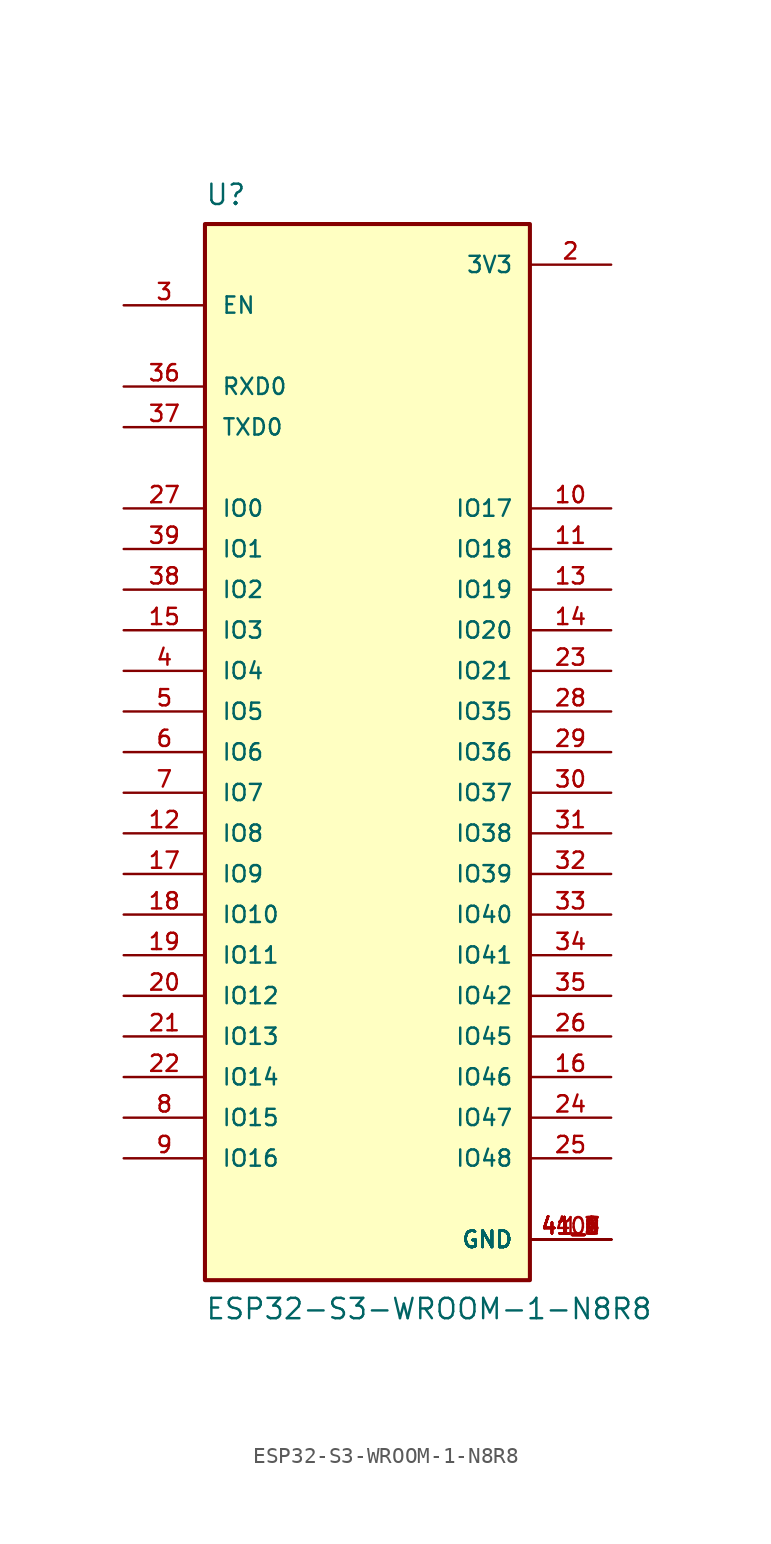
<source format=kicad_sym>
(kicad_symbol_lib
  (version 20211014)
  (generator kicad_symbol_editor)
  (symbol "ESP32-S3-WROOM-1-N8R8"
    (pin_names
      (offset 1.016))
    (property "Reference" "U"
      (at -10.16 34.112 0)
      (effects (font (size 1.27 1.27)) (justify bottom left)))
    (property "Value" "ESP32-S3-WROOM-1-N8R8"
      (at -10.16 -35.56 0)
      (effects (font (size 1.27 1.27)) (justify bottom left)))
    (symbol "ESP32-S3-WROOM-1-N8R8_0_0"
      (rectangle (start -10.16 -33.02) (end 10.16 33.02) (stroke (width 0.254)) (fill (type background)))
      (pin power_in line (at 15.24 -30.48 180.0) (length 5.08) (name "GND" (effects (font (size 1.016 1.016)))) (number "1" (effects (font (size 1.016 1.016)))))
      (pin power_in line (at 15.24 -30.48 180.0) (length 5.08) (name "GND" (effects (font (size 1.016 1.016)))) (number "40" (effects (font (size 1.016 1.016)))))
      (pin power_in line (at 15.24 -30.48 180.0) (length 5.08) (name "GND" (effects (font (size 1.016 1.016)))) (number "41_1" (effects (font (size 1.016 1.016)))))
      (pin power_in line (at 15.24 -30.48 180.0) (length 5.08) (name "GND" (effects (font (size 1.016 1.016)))) (number "41_2" (effects (font (size 1.016 1.016)))))
      (pin power_in line (at 15.24 -30.48 180.0) (length 5.08) (name "GND" (effects (font (size 1.016 1.016)))) (number "41_3" (effects (font (size 1.016 1.016)))))
      (pin power_in line (at 15.24 -30.48 180.0) (length 5.08) (name "GND" (effects (font (size 1.016 1.016)))) (number "41_4" (effects (font (size 1.016 1.016)))))
      (pin power_in line (at 15.24 -30.48 180.0) (length 5.08) (name "GND" (effects (font (size 1.016 1.016)))) (number "41_5" (effects (font (size 1.016 1.016)))))
      (pin power_in line (at 15.24 -30.48 180.0) (length 5.08) (name "GND" (effects (font (size 1.016 1.016)))) (number "41_6" (effects (font (size 1.016 1.016)))))
      (pin power_in line (at 15.24 -30.48 180.0) (length 5.08) (name "GND" (effects (font (size 1.016 1.016)))) (number "41_7" (effects (font (size 1.016 1.016)))))
      (pin power_in line (at 15.24 -30.48 180.0) (length 5.08) (name "GND" (effects (font (size 1.016 1.016)))) (number "41_8" (effects (font (size 1.016 1.016)))))
      (pin power_in line (at 15.24 -30.48 180.0) (length 5.08) (name "GND" (effects (font (size 1.016 1.016)))) (number "41_9" (effects (font (size 1.016 1.016)))))
      (pin power_in line (at 15.24 30.48 180.0) (length 5.08) (name "3V3" (effects (font (size 1.016 1.016)))) (number "2" (effects (font (size 1.016 1.016)))))
      (pin input line (at -15.24 27.94 0) (length 5.08) (name "EN" (effects (font (size 1.016 1.016)))) (number "3" (effects (font (size 1.016 1.016)))))
      (pin bidirectional line (at 15.24 2.54 180.0) (length 5.08) (name "IO35" (effects (font (size 1.016 1.016)))) (number "28" (effects (font (size 1.016 1.016)))))
      (pin bidirectional line (at 15.24 -12.7 180.0) (length 5.08) (name "IO41" (effects (font (size 1.016 1.016)))) (number "34" (effects (font (size 1.016 1.016)))))
      (pin bidirectional line (at 15.24 -7.62 180.0) (length 5.08) (name "IO39" (effects (font (size 1.016 1.016)))) (number "32" (effects (font (size 1.016 1.016)))))
      (pin bidirectional line (at 15.24 -10.16 180.0) (length 5.08) (name "IO40" (effects (font (size 1.016 1.016)))) (number "33" (effects (font (size 1.016 1.016)))))
      (pin bidirectional line (at -15.24 -20.32 0) (length 5.08) (name "IO14" (effects (font (size 1.016 1.016)))) (number "22" (effects (font (size 1.016 1.016)))))
      (pin bidirectional line (at -15.24 -15.24 0) (length 5.08) (name "IO12" (effects (font (size 1.016 1.016)))) (number "20" (effects (font (size 1.016 1.016)))))
      (pin bidirectional line (at -15.24 -17.78 0) (length 5.08) (name "IO13" (effects (font (size 1.016 1.016)))) (number "21" (effects (font (size 1.016 1.016)))))
      (pin bidirectional line (at -15.24 -22.86 0) (length 5.08) (name "IO15" (effects (font (size 1.016 1.016)))) (number "8" (effects (font (size 1.016 1.016)))))
      (pin bidirectional line (at -15.24 10.16 0) (length 5.08) (name "IO2" (effects (font (size 1.016 1.016)))) (number "38" (effects (font (size 1.016 1.016)))))
      (pin bidirectional line (at -15.24 15.24 0) (length 5.08) (name "IO0" (effects (font (size 1.016 1.016)))) (number "27" (effects (font (size 1.016 1.016)))))
      (pin bidirectional line (at -15.24 5.08 0) (length 5.08) (name "IO4" (effects (font (size 1.016 1.016)))) (number "4" (effects (font (size 1.016 1.016)))))
      (pin bidirectional line (at -15.24 -25.4 0) (length 5.08) (name "IO16" (effects (font (size 1.016 1.016)))) (number "9" (effects (font (size 1.016 1.016)))))
      (pin bidirectional line (at 15.24 15.24 180.0) (length 5.08) (name "IO17" (effects (font (size 1.016 1.016)))) (number "10" (effects (font (size 1.016 1.016)))))
      (pin bidirectional line (at -15.24 2.54 0) (length 5.08) (name "IO5" (effects (font (size 1.016 1.016)))) (number "5" (effects (font (size 1.016 1.016)))))
      (pin bidirectional line (at 15.24 12.7 180.0) (length 5.08) (name "IO18" (effects (font (size 1.016 1.016)))) (number "11" (effects (font (size 1.016 1.016)))))
      (pin bidirectional line (at 15.24 10.16 180.0) (length 5.08) (name "IO19" (effects (font (size 1.016 1.016)))) (number "13" (effects (font (size 1.016 1.016)))))
      (pin bidirectional line (at 15.24 5.08 180.0) (length 5.08) (name "IO21" (effects (font (size 1.016 1.016)))) (number "23" (effects (font (size 1.016 1.016)))))
      (pin bidirectional line (at 15.24 -2.54 180.0) (length 5.08) (name "IO37" (effects (font (size 1.016 1.016)))) (number "30" (effects (font (size 1.016 1.016)))))
      (pin bidirectional line (at 15.24 -5.08 180.0) (length 5.08) (name "IO38" (effects (font (size 1.016 1.016)))) (number "31" (effects (font (size 1.016 1.016)))))
      (pin bidirectional line (at -15.24 12.7 0) (length 5.08) (name "IO1" (effects (font (size 1.016 1.016)))) (number "39" (effects (font (size 1.016 1.016)))))
      (pin bidirectional line (at -15.24 7.62 0) (length 5.08) (name "IO3" (effects (font (size 1.016 1.016)))) (number "15" (effects (font (size 1.016 1.016)))))
      (pin bidirectional line (at -15.24 0.0 0) (length 5.08) (name "IO6" (effects (font (size 1.016 1.016)))) (number "6" (effects (font (size 1.016 1.016)))))
      (pin bidirectional line (at -15.24 -2.54 0) (length 5.08) (name "IO7" (effects (font (size 1.016 1.016)))) (number "7" (effects (font (size 1.016 1.016)))))
      (pin bidirectional line (at -15.24 -5.08 0) (length 5.08) (name "IO8" (effects (font (size 1.016 1.016)))) (number "12" (effects (font (size 1.016 1.016)))))
      (pin bidirectional line (at -15.24 -7.62 0) (length 5.08) (name "IO9" (effects (font (size 1.016 1.016)))) (number "17" (effects (font (size 1.016 1.016)))))
      (pin bidirectional line (at -15.24 -10.16 0) (length 5.08) (name "IO10" (effects (font (size 1.016 1.016)))) (number "18" (effects (font (size 1.016 1.016)))))
      (pin bidirectional line (at -15.24 -12.7 0) (length 5.08) (name "IO11" (effects (font (size 1.016 1.016)))) (number "19" (effects (font (size 1.016 1.016)))))
      (pin bidirectional line (at 15.24 0.0 180.0) (length 5.08) (name "IO36" (effects (font (size 1.016 1.016)))) (number "29" (effects (font (size 1.016 1.016)))))
      (pin bidirectional line (at 15.24 -15.24 180.0) (length 5.08) (name "IO42" (effects (font (size 1.016 1.016)))) (number "35" (effects (font (size 1.016 1.016)))))
      (pin bidirectional line (at 15.24 7.62 180.0) (length 5.08) (name "IO20" (effects (font (size 1.016 1.016)))) (number "14" (effects (font (size 1.016 1.016)))))
      (pin bidirectional line (at -15.24 20.32 0) (length 5.08) (name "TXD0" (effects (font (size 1.016 1.016)))) (number "37" (effects (font (size 1.016 1.016)))))
      (pin bidirectional line (at -15.24 22.86 0) (length 5.08) (name "RXD0" (effects (font (size 1.016 1.016)))) (number "36" (effects (font (size 1.016 1.016)))))
      (pin bidirectional line (at 15.24 -17.78 180.0) (length 5.08) (name "IO45" (effects (font (size 1.016 1.016)))) (number "26" (effects (font (size 1.016 1.016)))))
      (pin bidirectional line (at 15.24 -20.32 180.0) (length 5.08) (name "IO46" (effects (font (size 1.016 1.016)))) (number "16" (effects (font (size 1.016 1.016)))))
      (pin bidirectional line (at 15.24 -22.86 180.0) (length 5.08) (name "IO47" (effects (font (size 1.016 1.016)))) (number "24" (effects (font (size 1.016 1.016)))))
      (pin bidirectional line (at 15.24 -25.4 180.0) (length 5.08) (name "IO48" (effects (font (size 1.016 1.016)))) (number "25" (effects (font (size 1.016 1.016))))))))
</source>
